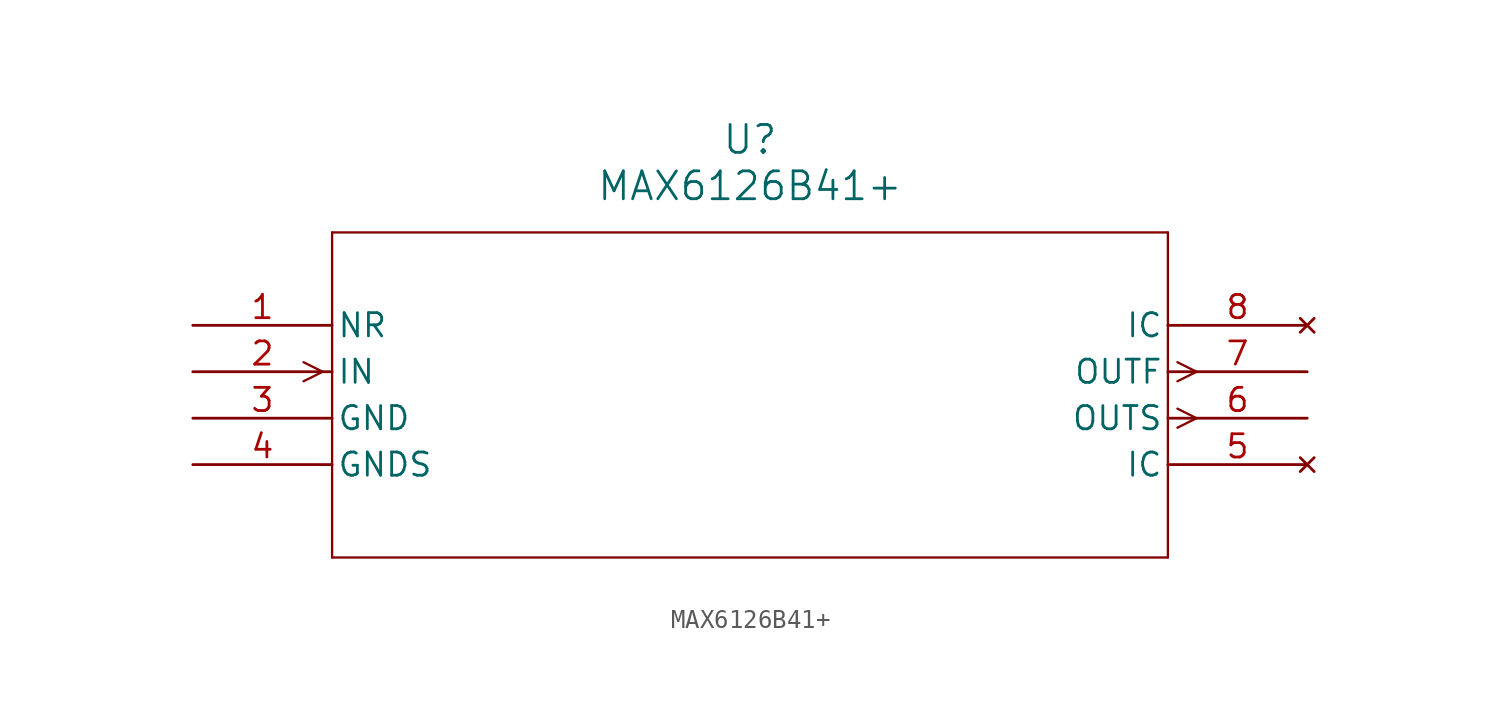
<source format=kicad_sym>
(kicad_symbol_lib
  (version 20211014)
  (generator kicad_symbol_editor)
  (symbol "MAX6126B41+"
    (pin_names
      (offset 0.254))
    (property "Reference" "U"
      (at 30.48 10.16 0)
      (effects (font (size 1.524 1.524))))
    (property "Value" "MAX6126B41+"
      (at 30.48 7.62 0)
      (effects (font (size 1.524 1.524))))
    (symbol "MAX6126B41+_0_1"
      (polyline (pts (xy 7.099 -2.54) (xy 6.058 -2.019)) (stroke (width 0.127) (type default) (color 0 0 0 0)) (fill (type none)))
      (polyline (pts (xy 7.099 -2.54) (xy 6.058 -3.061)) (stroke (width 0.127) (type default) (color 0 0 0 0)) (fill (type none)))
      (polyline (pts (xy 53.861 -4.559) (xy 54.902 -5.08)) (stroke (width 0.127) (type default) (color 0 0 0 0)) (fill (type none)))
      (polyline (pts (xy 53.861 -5.601) (xy 54.902 -5.08)) (stroke (width 0.127) (type default) (color 0 0 0 0)) (fill (type none)))
      (polyline (pts (xy 53.861 -2.019) (xy 54.902 -2.54)) (stroke (width 0.127) (type default) (color 0 0 0 0)) (fill (type none)))
      (polyline (pts (xy 53.861 -3.061) (xy 54.902 -2.54)) (stroke (width 0.127) (type default) (color 0 0 0 0)) (fill (type none)))
      (polyline (pts (xy 7.62 5.08) (xy 7.62 -12.7)) (stroke (width 0.127) (type default) (color 0 0 0 0)) (fill (type none)))
      (polyline (pts (xy 7.62 -12.7) (xy 53.34 -12.7)) (stroke (width 0.127) (type default) (color 0 0 0 0)) (fill (type none)))
      (polyline (pts (xy 53.34 -12.7) (xy 53.34 5.08)) (stroke (width 0.127) (type default) (color 0 0 0 0)) (fill (type none)))
      (polyline (pts (xy 53.34 5.08) (xy 7.62 5.08)) (stroke (width 0.127) (type default) (color 0 0 0 0)) (fill (type none)))
      (pin unspecified line (at 0 0 0) (length 7.62) (name "NR" (effects (font (size 1.27 1.27)))) (number "1" (effects (font (size 1.27 1.27)))))
      (pin input line (at 0 -2.54 0) (length 7.62) (name "IN" (effects (font (size 1.27 1.27)))) (number "2" (effects (font (size 1.27 1.27)))))
      (pin power_in line (at 0 -5.08 0) (length 7.62) (name "GND" (effects (font (size 1.27 1.27)))) (number "3" (effects (font (size 1.27 1.27)))))
      (pin power_in line (at 0 -7.62 0) (length 7.62) (name "GNDS" (effects (font (size 1.27 1.27)))) (number "4" (effects (font (size 1.27 1.27)))))
      (pin no_connect line (at 60.96 -7.62 180) (length 7.62) (name "IC" (effects (font (size 1.27 1.27)))) (number "5" (effects (font (size 1.27 1.27)))))
      (pin output line (at 60.96 -5.08 180) (length 7.62) (name "OUTS" (effects (font (size 1.27 1.27)))) (number "6" (effects (font (size 1.27 1.27)))))
      (pin output line (at 60.96 -2.54 180) (length 7.62) (name "OUTF" (effects (font (size 1.27 1.27)))) (number "7" (effects (font (size 1.27 1.27)))))
      (pin no_connect line (at 60.96 0 180) (length 7.62) (name "IC" (effects (font (size 1.27 1.27)))) (number "8" (effects (font (size 1.27 1.27))))))))
</source>
